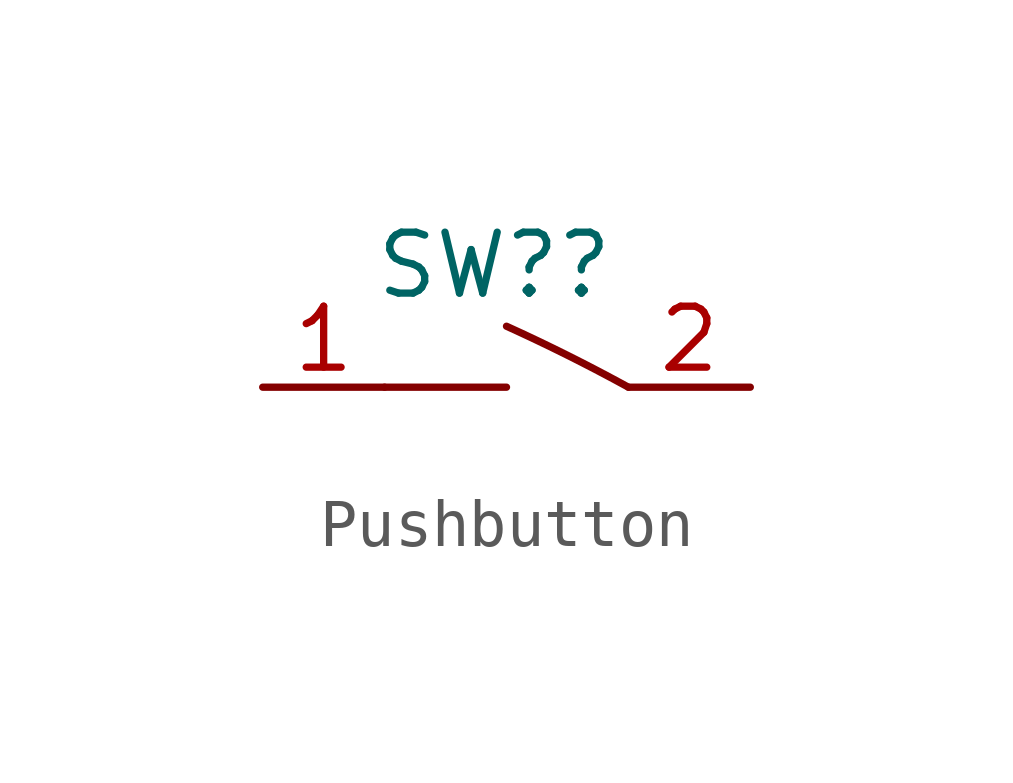
<source format=kicad_sym>
(kicad_symbol_lib
  (version 20231120)
  (generator "kicad_symbol_editor")
  (generator_version "8.0")
  (symbol "Pushbutton"
    (property "Reference" "SW?"
      (at -0.254 2.54 0)
      (effects (font (size 1.27 1.27))))
    (property "Value" ""
      (at 0 -1.27 0)
      (effects (font (size 1.27 1.27))))
    (symbol "Pushbutton_0_1"
      (rectangle (start -2.54 0) (end 0 0) (stroke (width 0) (type default)) (fill (type none)))
      (arc (start 2.54 0) (mid 1.282 0.659) (end 0 1.27) (stroke (width 0) (type default)) (fill (type none))))
    (symbol "Pushbutton_1_1"
      (pin bidirectional line (at -5.08 0 0) (length 2.54) (name "" (effects (font (size 1.27 1.27)))) (number "1" (effects (font (size 1.27 1.27)))))
      (pin bidirectional line (at 5.08 0 180) (length 2.54) (name "" (effects (font (size 1.27 1.27)))) (number "2" (effects (font (size 1.27 1.27))))))))
</source>
